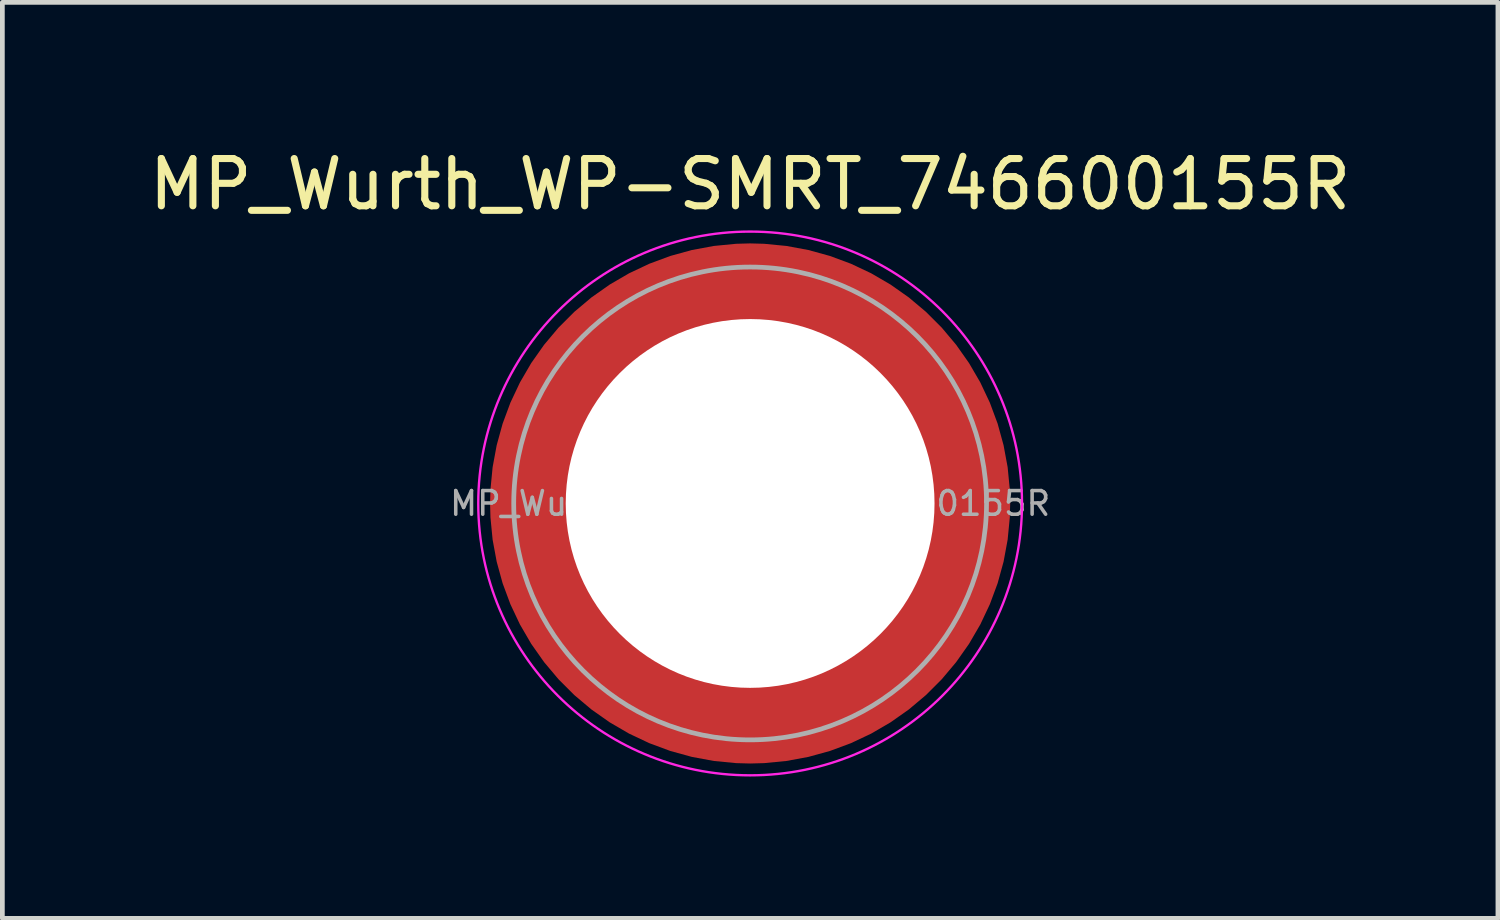
<source format=kicad_pcb>
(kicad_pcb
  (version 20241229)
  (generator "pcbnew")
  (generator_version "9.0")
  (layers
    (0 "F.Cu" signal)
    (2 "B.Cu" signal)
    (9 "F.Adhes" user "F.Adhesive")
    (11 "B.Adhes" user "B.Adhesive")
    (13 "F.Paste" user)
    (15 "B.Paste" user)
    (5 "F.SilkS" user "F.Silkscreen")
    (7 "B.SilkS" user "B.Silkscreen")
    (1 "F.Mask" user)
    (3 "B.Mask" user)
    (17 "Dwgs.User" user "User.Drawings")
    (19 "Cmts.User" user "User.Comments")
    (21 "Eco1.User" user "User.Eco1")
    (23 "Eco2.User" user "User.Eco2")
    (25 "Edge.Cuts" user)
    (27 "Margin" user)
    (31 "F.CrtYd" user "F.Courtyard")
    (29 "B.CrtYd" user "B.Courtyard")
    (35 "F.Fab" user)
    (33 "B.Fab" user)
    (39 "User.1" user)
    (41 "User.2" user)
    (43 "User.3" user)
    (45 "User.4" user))
  (footprint "MP_Wurth_WP-SMRT_746600155R"
    (layer "F.Cu")
    (at 12.815 7.598)
    (property "Reference" "MP_Wurth_WP-SMRT_746600155R" (at 0 -6.75 0) (unlocked yes) (layer "F.SilkS") (effects (font (size 1 1) (thickness 0.15))))
    (attr smd)
    (fp_poly (pts (xy 0.84 -5.339) (xy 0.84 -5.339) (xy 0.933 -5.323) (xy 0.933 -5.323) (xy 1.02 -5.306) (xy 1.1 -5.289) (xy 1.147 -5.279) (xy 1.221 -5.264) (xy 1.302 -5.247) (xy 1.302 -5.247) (xy 1.442 -5.209) (xy 1.559 -5.175) (xy 1.64 -5.15) (xy 1.641 -5.15) (xy 1.715 -5.124) (xy 2.034 -5.007) (xy 2.034 -5.007) (xy 2.238 -4.919) (xy 2.238 -4.919) (xy 2.402 -4.841) (xy 2.402 -4.84) (xy 2.721 -4.667) (xy 2.815 -4.615) (xy 2.816 -4.615) (xy 2.905 -4.561) (xy 2.905 -4.561) (xy 2.986 -4.505) (xy 3.087 -4.434) (xy 3.166 -4.382) (xy 3.166 -4.382) (xy 3.27 -4.3) (xy 3.363 -4.232) (xy 3.363 -4.232) (xy 3.482 -4.132) (xy 3.598 -4.033) (xy 3.598 -4.033) (xy 3.686 -3.952) (xy 3.686 -3.952) (xy 3.875 -3.77) (xy 3.876 -3.769) (xy 4.008 -3.627) (xy 4.008 -3.627) (xy 4.111 -3.51) (xy 4.111 -3.51) (xy 4.211 -3.388) (xy 4.289 -3.295) (xy 4.289 -3.295) (xy 4.363 -3.193) (xy 4.363 -3.193) (xy 4.459 -3.05) (xy 4.526 -2.96) (xy 4.526 -2.96) (xy 4.596 -2.847) (xy 4.596 -2.846) (xy 4.647 -2.757) (xy 4.751 -2.581) (xy 4.751 -2.58) (xy 4.836 -2.42) (xy 4.837 -2.42) (xy 4.91 -2.269) (xy 4.91 -2.269) (xy 4.983 -2.102) (xy 4.983 -2.102) (xy 5.072 -1.876) (xy 5.072 -1.876) (xy 5.115 -1.759) (xy 5.115 -1.759) (xy 5.155 -1.632) (xy 5.155 -1.631) (xy 5.205 -1.458) (xy 5.242 -1.32) (xy 5.242 -1.32) (xy 5.309 -1.032) (xy 5.309 -1.032) (xy 5.342 -0.821) (xy 5.373 -0.624) (xy 5.373 -0.623) (xy 5.384 -0.495) (xy 3.966 -0.495) (xy 3.955 -0.569) (xy 3.939 -0.674) (xy 3.922 -0.766) (xy 3.898 -0.885) (xy 3.873 -0.985) (xy 3.828 -1.146) (xy 3.798 -1.241) (xy 3.767 -1.332) (xy 3.699 -1.512) (xy 3.652 -1.621) (xy 3.607 -1.72) (xy 3.528 -1.879) (xy 3.468 -1.984) (xy 3.418 -2.067) (xy 3.375 -2.137) (xy 3.317 -2.228) (xy 3.24 -2.336) (xy 3.175 -2.425) (xy 3.034 -2.599) (xy 2.95 -2.692) (xy 2.868 -2.779) (xy 2.676 -2.968) (xy 2.543 -3.081) (xy 2.426 -3.176) (xy 2.211 -3.331) (xy 2.061 -3.425) (xy 1.915 -3.508) (xy 1.786 -3.573) (xy 1.644 -3.642) (xy 1.56 -3.677) (xy 1.461 -3.719) (xy 1.382 -3.748) (xy 1.312 -3.773) (xy 1.146 -3.829) (xy 1.011 -3.865) (xy 0.899 -3.894) (xy 0.616 -3.951) (xy 0.495 -3.966) (xy 0.495 -5.379)) (stroke (width 0) (type default)) (fill yes) (layer "F.Paste"))
    (fp_poly (pts (xy -3.955 0.569) (xy -3.939 0.674) (xy -3.922 0.766) (xy -3.898 0.885) (xy -3.873 0.985) (xy -3.828 1.146) (xy -3.798 1.241) (xy -3.767 1.332) (xy -3.699 1.512) (xy -3.652 1.621) (xy -3.607 1.72) (xy -3.528 1.879) (xy -3.468 1.984) (xy -3.418 2.067) (xy -3.375 2.137) (xy -3.317 2.228) (xy -3.24 2.336) (xy -3.175 2.425) (xy -3.034 2.599) (xy -2.95 2.692) (xy -2.868 2.779) (xy -2.676 2.968) (xy -2.543 3.081) (xy -2.426 3.176) (xy -2.211 3.331) (xy -2.061 3.425) (xy -1.915 3.508) (xy -1.786 3.573) (xy -1.644 3.642) (xy -1.56 3.677) (xy -1.461 3.719) (xy -1.382 3.748) (xy -1.312 3.773) (xy -1.146 3.829) (xy -1.011 3.865) (xy -0.899 3.894) (xy -0.616 3.951) (xy -0.495 3.966) (xy -0.495 5.378) (xy -0.54 5.375) (xy -0.54 5.375) (xy -0.602 5.369) (xy -0.664 5.364) (xy -0.665 5.364) (xy -0.72 5.357) (xy -0.72 5.357) (xy -0.84 5.339) (xy -0.84 5.339) (xy -0.933 5.323) (xy -0.933 5.323) (xy -1.02 5.306) (xy -1.1 5.289) (xy -1.147 5.279) (xy -1.221 5.264) (xy -1.302 5.247) (xy -1.302 5.247) (xy -1.442 5.209) (xy -1.559 5.175) (xy -1.64 5.15) (xy -1.641 5.15) (xy -1.715 5.124) (xy -2.034 5.007) (xy -2.034 5.007) (xy -2.238 4.919) (xy -2.238 4.919) (xy -2.402 4.841) (xy -2.402 4.84) (xy -2.721 4.667) (xy -2.815 4.615) (xy -2.816 4.615) (xy -2.905 4.561) (xy -2.905 4.561) (xy -2.986 4.505) (xy -3.087 4.434) (xy -3.166 4.382) (xy -3.166 4.382) (xy -3.27 4.3) (xy -3.363 4.232) (xy -3.363 4.232) (xy -3.482 4.132) (xy -3.598 4.033) (xy -3.598 4.033) (xy -3.686 3.952) (xy -3.686 3.952) (xy -3.875 3.77) (xy -3.876 3.769) (xy -4.008 3.627) (xy -4.008 3.627) (xy -4.111 3.51) (xy -4.111 3.51) (xy -4.211 3.388) (xy -4.289 3.295) (xy -4.289 3.295) (xy -4.363 3.193) (xy -4.363 3.193) (xy -4.459 3.05) (xy -4.526 2.96) (xy -4.526 2.96) (xy -4.596 2.847) (xy -4.596 2.846) (xy -4.647 2.757) (xy -4.751 2.581) (xy -4.751 2.58) (xy -4.836 2.42) (xy -4.837 2.42) (xy -4.91 2.269) (xy -4.91 2.269) (xy -4.983 2.102) (xy -4.983 2.102) (xy -5.072 1.876) (xy -5.072 1.876) (xy -5.115 1.759) (xy -5.115 1.759) (xy -5.155 1.632) (xy -5.155 1.631) (xy -5.205 1.458) (xy -5.242 1.32) (xy -5.242 1.32) (xy -5.309 1.032) (xy -5.309 1.032) (xy -5.342 0.821) (xy -5.373 0.624) (xy -5.373 0.623) (xy -5.384 0.495) (xy -3.966 0.495)) (stroke (width 0) (type default)) (fill yes) (layer "F.Paste"))
    (fp_poly (pts (xy -0.495 -3.966) (xy -0.569 -3.955) (xy -0.674 -3.939) (xy -0.766 -3.922) (xy -0.885 -3.898) (xy -0.985 -3.873) (xy -1.146 -3.828) (xy -1.241 -3.798) (xy -1.332 -3.767) (xy -1.512 -3.699) (xy -1.621 -3.652) (xy -1.72 -3.607) (xy -1.879 -3.528) (xy -1.984 -3.468) (xy -2.067 -3.418) (xy -2.137 -3.375) (xy -2.228 -3.317) (xy -2.336 -3.24) (xy -2.425 -3.175) (xy -2.599 -3.034) (xy -2.692 -2.95) (xy -2.779 -2.868) (xy -2.968 -2.676) (xy -3.081 -2.543) (xy -3.176 -2.426) (xy -3.331 -2.211) (xy -3.425 -2.061) (xy -3.508 -1.915) (xy -3.573 -1.786) (xy -3.642 -1.644) (xy -3.677 -1.56) (xy -3.719 -1.461) (xy -3.748 -1.382) (xy -3.773 -1.312) (xy -3.829 -1.146) (xy -3.865 -1.011) (xy -3.894 -0.899) (xy -3.951 -0.616) (xy -3.966 -0.495) (xy -5.378 -0.495) (xy -5.375 -0.54) (xy -5.375 -0.54) (xy -5.369 -0.602) (xy -5.364 -0.664) (xy -5.364 -0.665) (xy -5.357 -0.72) (xy -5.357 -0.72) (xy -5.339 -0.84) (xy -5.339 -0.84) (xy -5.323 -0.933) (xy -5.323 -0.933) (xy -5.306 -1.02) (xy -5.289 -1.1) (xy -5.279 -1.147) (xy -5.264 -1.221) (xy -5.247 -1.302) (xy -5.247 -1.302) (xy -5.209 -1.442) (xy -5.175 -1.559) (xy -5.15 -1.64) (xy -5.15 -1.641) (xy -5.124 -1.715) (xy -5.007 -2.034) (xy -5.007 -2.034) (xy -4.919 -2.238) (xy -4.919 -2.238) (xy -4.841 -2.402) (xy -4.84 -2.402) (xy -4.667 -2.721) (xy -4.615 -2.815) (xy -4.615 -2.816) (xy -4.561 -2.905) (xy -4.561 -2.905) (xy -4.505 -2.986) (xy -4.434 -3.087) (xy -4.382 -3.166) (xy -4.382 -3.166) (xy -4.3 -3.27) (xy -4.232 -3.363) (xy -4.232 -3.363) (xy -4.132 -3.482) (xy -4.033 -3.598) (xy -4.033 -3.598) (xy -3.952 -3.686) (xy -3.952 -3.686) (xy -3.77 -3.875) (xy -3.769 -3.876) (xy -3.627 -4.008) (xy -3.627 -4.008) (xy -3.51 -4.111) (xy -3.51 -4.111) (xy -3.388 -4.211) (xy -3.295 -4.289) (xy -3.295 -4.289) (xy -3.193 -4.363) (xy -3.193 -4.363) (xy -3.05 -4.459) (xy -2.96 -4.526) (xy -2.96 -4.526) (xy -2.847 -4.596) (xy -2.846 -4.596) (xy -2.757 -4.647) (xy -2.581 -4.751) (xy -2.58 -4.751) (xy -2.42 -4.836) (xy -2.42 -4.837) (xy -2.269 -4.91) (xy -2.269 -4.91) (xy -2.102 -4.983) (xy -2.102 -4.983) (xy -1.876 -5.072) (xy -1.876 -5.072) (xy -1.759 -5.115) (xy -1.759 -5.115) (xy -1.632 -5.155) (xy -1.631 -5.155) (xy -1.458 -5.205) (xy -1.32 -5.242) (xy -1.32 -5.242) (xy -1.032 -5.309) (xy -1.032 -5.309) (xy -0.821 -5.342) (xy -0.624 -5.373) (xy -0.623 -5.373) (xy -0.495 -5.384)) (stroke (width 0) (type default)) (fill yes) (layer "F.Paste"))
    (fp_poly (pts (xy 5.375 0.54) (xy 5.375 0.54) (xy 5.369 0.602) (xy 5.364 0.664) (xy 5.364 0.665) (xy 5.357 0.72) (xy 5.357 0.72) (xy 5.339 0.84) (xy 5.339 0.84) (xy 5.323 0.933) (xy 5.323 0.933) (xy 5.306 1.02) (xy 5.289 1.1) (xy 5.279 1.147) (xy 5.264 1.221) (xy 5.247 1.302) (xy 5.247 1.302) (xy 5.209 1.442) (xy 5.175 1.559) (xy 5.15 1.64) (xy 5.15 1.641) (xy 5.124 1.715) (xy 5.007 2.034) (xy 5.007 2.034) (xy 4.919 2.238) (xy 4.919 2.238) (xy 4.841 2.402) (xy 4.84 2.402) (xy 4.667 2.721) (xy 4.615 2.815) (xy 4.615 2.816) (xy 4.561 2.905) (xy 4.561 2.905) (xy 4.505 2.986) (xy 4.434 3.087) (xy 4.382 3.166) (xy 4.382 3.166) (xy 4.3 3.27) (xy 4.232 3.363) (xy 4.232 3.363) (xy 4.132 3.482) (xy 4.033 3.598) (xy 4.033 3.598) (xy 3.952 3.686) (xy 3.952 3.686) (xy 3.77 3.875) (xy 3.769 3.876) (xy 3.627 4.008) (xy 3.627 4.008) (xy 3.51 4.111) (xy 3.51 4.111) (xy 3.388 4.211) (xy 3.295 4.289) (xy 3.295 4.289) (xy 3.193 4.363) (xy 3.193 4.363) (xy 3.05 4.459) (xy 2.96 4.526) (xy 2.96 4.526) (xy 2.847 4.596) (xy 2.846 4.596) (xy 2.757 4.647) (xy 2.581 4.751) (xy 2.58 4.751) (xy 2.42 4.836) (xy 2.42 4.837) (xy 2.269 4.91) (xy 2.269 4.91) (xy 2.102 4.983) (xy 2.102 4.983) (xy 1.876 5.072) (xy 1.876 5.072) (xy 1.759 5.115) (xy 1.759 5.115) (xy 1.632 5.155) (xy 1.631 5.155) (xy 1.458 5.205) (xy 1.32 5.242) (xy 1.32 5.242) (xy 1.032 5.309) (xy 1.032 5.309) (xy 0.821 5.342) (xy 0.624 5.373) (xy 0.623 5.373) (xy 0.495 5.384) (xy 0.495 3.966) (xy 0.569 3.955) (xy 0.674 3.939) (xy 0.766 3.922) (xy 0.885 3.898) (xy 0.985 3.873) (xy 1.146 3.828) (xy 1.241 3.798) (xy 1.332 3.767) (xy 1.512 3.699) (xy 1.621 3.652) (xy 1.72 3.607) (xy 1.879 3.528) (xy 1.984 3.468) (xy 2.067 3.418) (xy 2.137 3.375) (xy 2.228 3.317) (xy 2.336 3.24) (xy 2.425 3.175) (xy 2.599 3.034) (xy 2.692 2.95) (xy 2.779 2.868) (xy 2.968 2.676) (xy 3.081 2.543) (xy 3.176 2.426) (xy 3.331 2.211) (xy 3.425 2.061) (xy 3.508 1.915) (xy 3.573 1.786) (xy 3.642 1.644) (xy 3.677 1.56) (xy 3.719 1.461) (xy 3.748 1.382) (xy 3.773 1.312) (xy 3.829 1.146) (xy 3.865 1.011) (xy 3.894 0.899) (xy 3.951 0.616) (xy 3.966 0.495) (xy 5.378 0.495)) (stroke (width 0) (type default)) (fill yes) (layer "F.Paste"))
    (fp_circle (center 0 0) (end 5.75 0) (stroke (width 0.05) (type solid)) (fill no) (layer "F.CrtYd"))
    (fp_circle (center 0 0) (end 5 0) (stroke (width 0.1) (type solid)) (fill no) (layer "F.Fab"))
    (fp_text user "${REFERENCE}" (at 0 0 0) (unlocked yes) (layer "F.Fab") (effects (font (size 0.5 0.5) (thickness 0.075))))
    (pad "" np_thru_hole circle (at 0 0) (size 7.8 7.8) (drill 7.8) (layers "*.Cu" "*.Mask"))
    (pad "1" smd roundrect (at 0 0) (size 11 11) (layers "F.Cu" "F.Mask") (roundrect_rratio 0.5)))
  (gr_rect
    (start -3 -3)
    (end 28.631 16.373)
    (stroke (width 0.1) (type default))
    (fill no)
    (layer "Edge.Cuts")))
</source>
